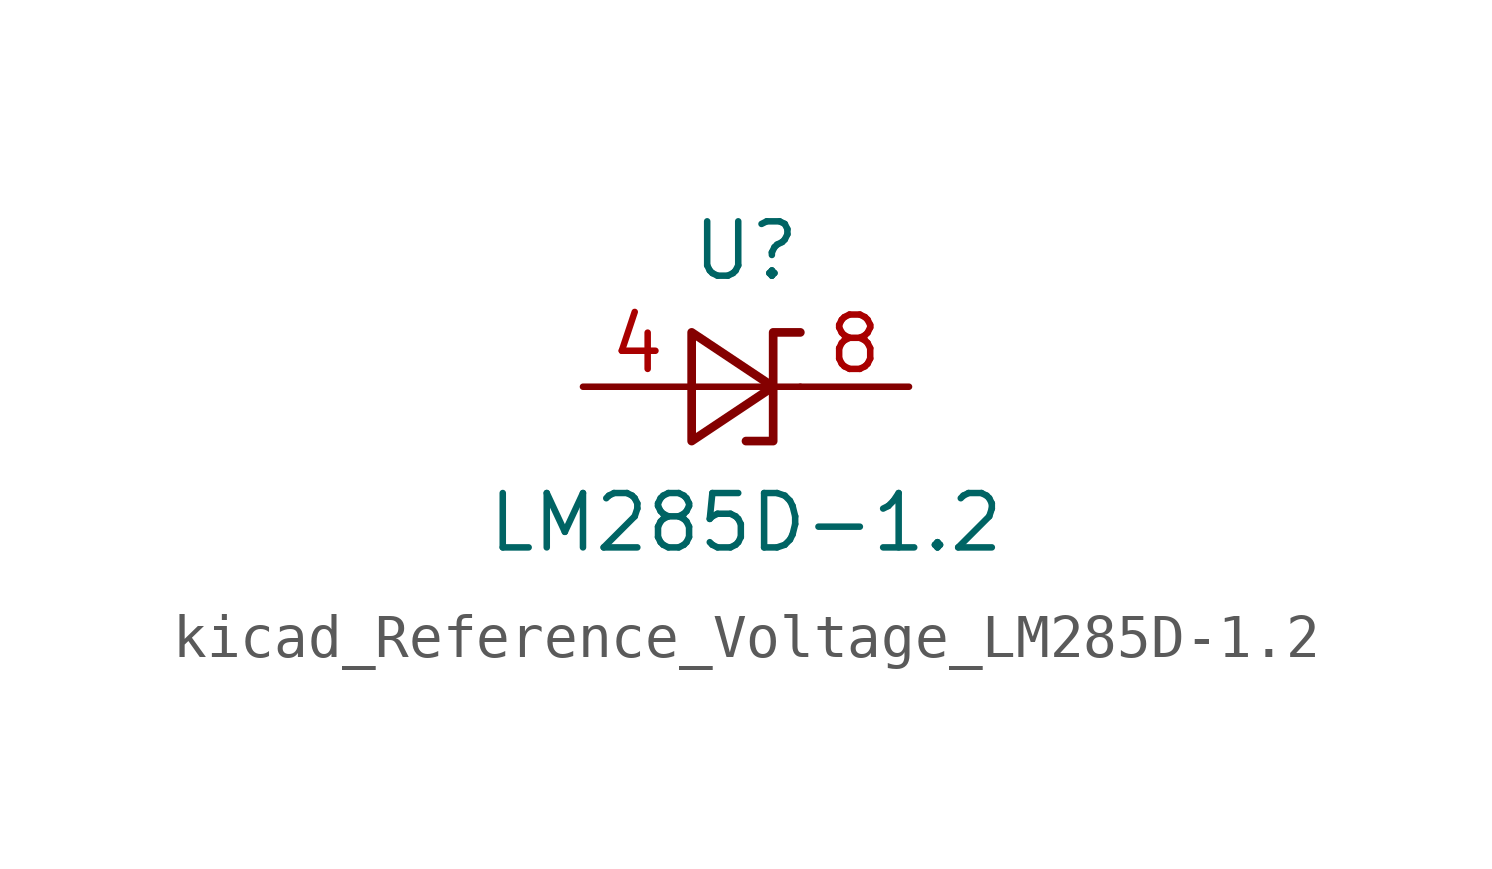
<source format=kicad_sym>
(kicad_symbol_lib
  (version 20220914)
  (generator kicad_symbol_editor)
  (symbol "kicad_Reference_Voltage_LM285D-1.2"
    (pin_names
      (offset 0.025) hide)
    (property "Reference" "U"
      (at 0 3.175 0)
      (effects (font (size 1.27 1.27))))
    (property "Value" "LM285D-1.2"
      (at 0 -3.175 0)
      (effects (font (size 1.27 1.27))))
    (symbol "kicad_Reference_Voltage_LM285D-1.2_0_1"
      (polyline (pts (xy -1.27 0) (xy 0 0) (xy 1.27 0)) (stroke (width 0) (type default)) (fill (type none)))
      (polyline (pts (xy -1.27 -1.27) (xy 0.635 0) (xy -1.27 1.27) (xy -1.27 -1.27)) (stroke (width 0.203) (type default)) (fill (type none)))
      (polyline (pts (xy 0 -1.27) (xy 0.635 -1.27) (xy 0.635 1.27) (xy 1.27 1.27)) (stroke (width 0.203) (type default)) (fill (type none))))
    (symbol "kicad_Reference_Voltage_LM285D-1.2_1_1"
      (pin passive line (at -3.81 0 0) (length 2.54) (name "A" (effects (font (size 1.27 1.27)))) (number "4" (effects (font (size 1.27 1.27)))))
      (pin passive line (at 3.81 0 180) (length 2.54) (name "K" (effects (font (size 1.27 1.27)))) (number "8" (effects (font (size 1.27 1.27))))))))
</source>
